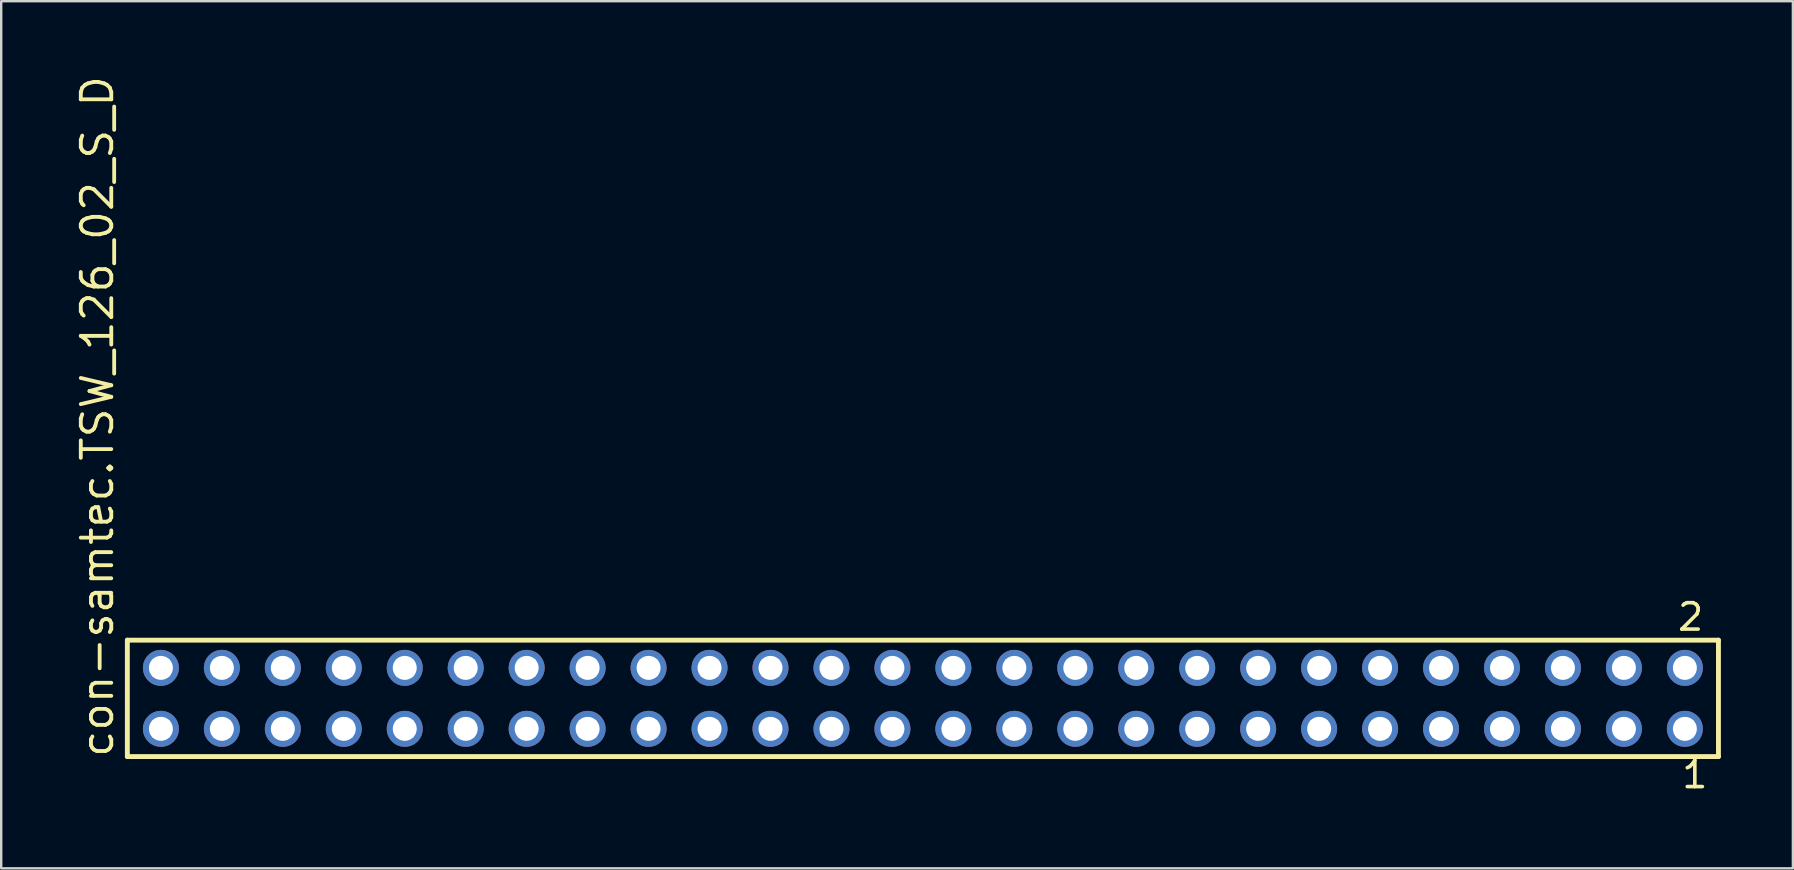
<source format=kicad_pcb>
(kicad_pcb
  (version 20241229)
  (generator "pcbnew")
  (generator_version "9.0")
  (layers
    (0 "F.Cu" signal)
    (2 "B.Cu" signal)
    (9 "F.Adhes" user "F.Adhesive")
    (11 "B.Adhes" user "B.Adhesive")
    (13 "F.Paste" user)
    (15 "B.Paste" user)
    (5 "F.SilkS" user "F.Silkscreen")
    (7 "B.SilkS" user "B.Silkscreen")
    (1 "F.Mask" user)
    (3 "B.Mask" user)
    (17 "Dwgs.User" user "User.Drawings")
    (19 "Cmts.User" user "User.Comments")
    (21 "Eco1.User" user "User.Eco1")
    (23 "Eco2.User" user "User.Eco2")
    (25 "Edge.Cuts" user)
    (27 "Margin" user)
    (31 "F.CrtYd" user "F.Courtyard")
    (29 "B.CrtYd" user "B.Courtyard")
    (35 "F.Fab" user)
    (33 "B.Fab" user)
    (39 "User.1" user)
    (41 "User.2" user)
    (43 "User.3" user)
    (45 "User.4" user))
  (footprint "con-samtec.TSW_126_02_S_D"
    (layer "F.Cu")
    (at 35.405 26.049)
    (property "Reference" "con-samtec.TSW_126_02_S_D" (at -33.655 2.54 90) (layer "F.SilkS") (effects (font (size 1.27 1.27) (thickness 0.16)) (justify left bottom)))
    (attr through_hole)
    (fp_line (start -33.149 -2.425) (end 33.149 -2.425) (stroke (width 0.203) (type default)) (layer "F.SilkS"))
    (fp_line (start -33.149 2.425) (end -33.149 -2.425) (stroke (width 0.203) (type default)) (layer "F.SilkS"))
    (fp_line (start 33.149 -2.425) (end 33.149 2.425) (stroke (width 0.203) (type default)) (layer "F.SilkS"))
    (fp_line (start 33.149 2.425) (end -33.149 2.425) (stroke (width 0.203) (type default)) (layer "F.SilkS"))
    (fp_rect (start -32.1 -0.92) (end -31.4 -1.62) (stroke (width 0.05) (type default)) (fill no) (layer "F.Fab"))
    (fp_rect (start -32.1 1.62) (end -31.4 0.92) (stroke (width 0.05) (type default)) (fill no) (layer "F.Fab"))
    (fp_rect (start -29.56 -0.92) (end -28.86 -1.62) (stroke (width 0.05) (type default)) (fill no) (layer "F.Fab"))
    (fp_rect (start -29.56 1.62) (end -28.86 0.92) (stroke (width 0.05) (type default)) (fill no) (layer "F.Fab"))
    (fp_rect (start -27.02 -0.92) (end -26.32 -1.62) (stroke (width 0.05) (type default)) (fill no) (layer "F.Fab"))
    (fp_rect (start -27.02 1.62) (end -26.32 0.92) (stroke (width 0.05) (type default)) (fill no) (layer "F.Fab"))
    (fp_rect (start -24.48 -0.92) (end -23.78 -1.62) (stroke (width 0.05) (type default)) (fill no) (layer "F.Fab"))
    (fp_rect (start -24.48 1.62) (end -23.78 0.92) (stroke (width 0.05) (type default)) (fill no) (layer "F.Fab"))
    (fp_rect (start -21.94 -0.92) (end -21.24 -1.62) (stroke (width 0.05) (type default)) (fill no) (layer "F.Fab"))
    (fp_rect (start -21.94 1.62) (end -21.24 0.92) (stroke (width 0.05) (type default)) (fill no) (layer "F.Fab"))
    (fp_rect (start -19.4 -0.92) (end -18.7 -1.62) (stroke (width 0.05) (type default)) (fill no) (layer "F.Fab"))
    (fp_rect (start -19.4 1.62) (end -18.7 0.92) (stroke (width 0.05) (type default)) (fill no) (layer "F.Fab"))
    (fp_rect (start -16.86 -0.92) (end -16.16 -1.62) (stroke (width 0.05) (type default)) (fill no) (layer "F.Fab"))
    (fp_rect (start -16.86 1.62) (end -16.16 0.92) (stroke (width 0.05) (type default)) (fill no) (layer "F.Fab"))
    (fp_rect (start -14.32 -0.92) (end -13.62 -1.62) (stroke (width 0.05) (type default)) (fill no) (layer "F.Fab"))
    (fp_rect (start -14.32 1.62) (end -13.62 0.92) (stroke (width 0.05) (type default)) (fill no) (layer "F.Fab"))
    (fp_rect (start -11.78 -0.92) (end -11.08 -1.62) (stroke (width 0.05) (type default)) (fill no) (layer "F.Fab"))
    (fp_rect (start -11.78 1.62) (end -11.08 0.92) (stroke (width 0.05) (type default)) (fill no) (layer "F.Fab"))
    (fp_rect (start -9.24 -0.92) (end -8.54 -1.62) (stroke (width 0.05) (type default)) (fill no) (layer "F.Fab"))
    (fp_rect (start -9.24 1.62) (end -8.54 0.92) (stroke (width 0.05) (type default)) (fill no) (layer "F.Fab"))
    (fp_rect (start -6.7 -0.92) (end -6 -1.62) (stroke (width 0.05) (type default)) (fill no) (layer "F.Fab"))
    (fp_rect (start -6.7 1.62) (end -6 0.92) (stroke (width 0.05) (type default)) (fill no) (layer "F.Fab"))
    (fp_rect (start -4.16 -0.92) (end -3.46 -1.62) (stroke (width 0.05) (type default)) (fill no) (layer "F.Fab"))
    (fp_rect (start -4.16 1.62) (end -3.46 0.92) (stroke (width 0.05) (type default)) (fill no) (layer "F.Fab"))
    (fp_rect (start -1.62 -0.92) (end -0.92 -1.62) (stroke (width 0.05) (type default)) (fill no) (layer "F.Fab"))
    (fp_rect (start -1.62 1.62) (end -0.92 0.92) (stroke (width 0.05) (type default)) (fill no) (layer "F.Fab"))
    (fp_rect (start 0.92 -0.92) (end 1.62 -1.62) (stroke (width 0.05) (type default)) (fill no) (layer "F.Fab"))
    (fp_rect (start 0.92 1.62) (end 1.62 0.92) (stroke (width 0.05) (type default)) (fill no) (layer "F.Fab"))
    (fp_rect (start 3.46 -0.92) (end 4.16 -1.62) (stroke (width 0.05) (type default)) (fill no) (layer "F.Fab"))
    (fp_rect (start 3.46 1.62) (end 4.16 0.92) (stroke (width 0.05) (type default)) (fill no) (layer "F.Fab"))
    (fp_rect (start 6 -0.92) (end 6.7 -1.62) (stroke (width 0.05) (type default)) (fill no) (layer "F.Fab"))
    (fp_rect (start 6 1.62) (end 6.7 0.92) (stroke (width 0.05) (type default)) (fill no) (layer "F.Fab"))
    (fp_rect (start 8.54 -0.92) (end 9.24 -1.62) (stroke (width 0.05) (type default)) (fill no) (layer "F.Fab"))
    (fp_rect (start 8.54 1.62) (end 9.24 0.92) (stroke (width 0.05) (type default)) (fill no) (layer "F.Fab"))
    (fp_rect (start 11.08 -0.92) (end 11.78 -1.62) (stroke (width 0.05) (type default)) (fill no) (layer "F.Fab"))
    (fp_rect (start 11.08 1.62) (end 11.78 0.92) (stroke (width 0.05) (type default)) (fill no) (layer "F.Fab"))
    (fp_rect (start 13.62 -0.92) (end 14.32 -1.62) (stroke (width 0.05) (type default)) (fill no) (layer "F.Fab"))
    (fp_rect (start 13.62 1.62) (end 14.32 0.92) (stroke (width 0.05) (type default)) (fill no) (layer "F.Fab"))
    (fp_rect (start 16.16 -0.92) (end 16.86 -1.62) (stroke (width 0.05) (type default)) (fill no) (layer "F.Fab"))
    (fp_rect (start 16.16 1.62) (end 16.86 0.92) (stroke (width 0.05) (type default)) (fill no) (layer "F.Fab"))
    (fp_rect (start 18.7 -0.92) (end 19.4 -1.62) (stroke (width 0.05) (type default)) (fill no) (layer "F.Fab"))
    (fp_rect (start 18.7 1.62) (end 19.4 0.92) (stroke (width 0.05) (type default)) (fill no) (layer "F.Fab"))
    (fp_rect (start 21.24 -0.92) (end 21.94 -1.62) (stroke (width 0.05) (type default)) (fill no) (layer "F.Fab"))
    (fp_rect (start 21.24 1.62) (end 21.94 0.92) (stroke (width 0.05) (type default)) (fill no) (layer "F.Fab"))
    (fp_rect (start 23.78 -0.92) (end 24.48 -1.62) (stroke (width 0.05) (type default)) (fill no) (layer "F.Fab"))
    (fp_rect (start 23.78 1.62) (end 24.48 0.92) (stroke (width 0.05) (type default)) (fill no) (layer "F.Fab"))
    (fp_rect (start 26.32 -0.92) (end 27.02 -1.62) (stroke (width 0.05) (type default)) (fill no) (layer "F.Fab"))
    (fp_rect (start 26.32 1.62) (end 27.02 0.92) (stroke (width 0.05) (type default)) (fill no) (layer "F.Fab"))
    (fp_rect (start 28.86 -0.92) (end 29.56 -1.62) (stroke (width 0.05) (type default)) (fill no) (layer "F.Fab"))
    (fp_rect (start 28.86 1.62) (end 29.56 0.92) (stroke (width 0.05) (type default)) (fill no) (layer "F.Fab"))
    (fp_rect (start 31.4 -0.92) (end 32.1 -1.62) (stroke (width 0.05) (type default)) (fill no) (layer "F.Fab"))
    (fp_rect (start 31.4 1.62) (end 32.1 0.92) (stroke (width 0.05) (type default)) (fill no) (layer "F.Fab"))
    (fp_text user "2" (at 31.367 -2.744 0) (layer "F.SilkS") (effects (font (size 1.1 1.1) (thickness 0.15)) (justify left bottom)))
    (fp_text user "1" (at 31.542 3.818 0) (layer "F.SilkS") (effects (font (size 1.1 1.1) (thickness 0.15)) (justify left bottom)))
    (pad "1" thru_hole circle (at 31.75 1.27 180) (size 1.5 1.5) (drill 1) (layers "*.Cu" "*.Mask"))
    (pad "2" thru_hole circle (at 31.75 -1.27 180) (size 1.5 1.5) (drill 1) (layers "*.Cu" "*.Mask"))
    (pad "3" thru_hole circle (at 29.21 1.27 180) (size 1.5 1.5) (drill 1) (layers "*.Cu" "*.Mask"))
    (pad "4" thru_hole circle (at 29.21 -1.27 180) (size 1.5 1.5) (drill 1) (layers "*.Cu" "*.Mask"))
    (pad "5" thru_hole circle (at 26.67 1.27 180) (size 1.5 1.5) (drill 1) (layers "*.Cu" "*.Mask"))
    (pad "6" thru_hole circle (at 26.67 -1.27 180) (size 1.5 1.5) (drill 1) (layers "*.Cu" "*.Mask"))
    (pad "7" thru_hole circle (at 24.13 1.27 180) (size 1.5 1.5) (drill 1) (layers "*.Cu" "*.Mask"))
    (pad "8" thru_hole circle (at 24.13 -1.27 180) (size 1.5 1.5) (drill 1) (layers "*.Cu" "*.Mask"))
    (pad "9" thru_hole circle (at 21.59 1.27 180) (size 1.5 1.5) (drill 1) (layers "*.Cu" "*.Mask"))
    (pad "10" thru_hole circle (at 21.59 -1.27 180) (size 1.5 1.5) (drill 1) (layers "*.Cu" "*.Mask"))
    (pad "11" thru_hole circle (at 19.05 1.27 180) (size 1.5 1.5) (drill 1) (layers "*.Cu" "*.Mask"))
    (pad "12" thru_hole circle (at 19.05 -1.27 180) (size 1.5 1.5) (drill 1) (layers "*.Cu" "*.Mask"))
    (pad "13" thru_hole circle (at 16.51 1.27 180) (size 1.5 1.5) (drill 1) (layers "*.Cu" "*.Mask"))
    (pad "14" thru_hole circle (at 16.51 -1.27 180) (size 1.5 1.5) (drill 1) (layers "*.Cu" "*.Mask"))
    (pad "15" thru_hole circle (at 13.97 1.27 180) (size 1.5 1.5) (drill 1) (layers "*.Cu" "*.Mask"))
    (pad "16" thru_hole circle (at 13.97 -1.27 180) (size 1.5 1.5) (drill 1) (layers "*.Cu" "*.Mask"))
    (pad "17" thru_hole circle (at 11.43 1.27 180) (size 1.5 1.5) (drill 1) (layers "*.Cu" "*.Mask"))
    (pad "18" thru_hole circle (at 11.43 -1.27 180) (size 1.5 1.5) (drill 1) (layers "*.Cu" "*.Mask"))
    (pad "19" thru_hole circle (at 8.89 1.27 180) (size 1.5 1.5) (drill 1) (layers "*.Cu" "*.Mask"))
    (pad "20" thru_hole circle (at 8.89 -1.27 180) (size 1.5 1.5) (drill 1) (layers "*.Cu" "*.Mask"))
    (pad "21" thru_hole circle (at 6.35 1.27 180) (size 1.5 1.5) (drill 1) (layers "*.Cu" "*.Mask"))
    (pad "22" thru_hole circle (at 6.35 -1.27 180) (size 1.5 1.5) (drill 1) (layers "*.Cu" "*.Mask"))
    (pad "23" thru_hole circle (at 3.81 1.27 180) (size 1.5 1.5) (drill 1) (layers "*.Cu" "*.Mask"))
    (pad "24" thru_hole circle (at 3.81 -1.27 180) (size 1.5 1.5) (drill 1) (layers "*.Cu" "*.Mask"))
    (pad "25" thru_hole circle (at 1.27 1.27 180) (size 1.5 1.5) (drill 1) (layers "*.Cu" "*.Mask"))
    (pad "26" thru_hole circle (at 1.27 -1.27 180) (size 1.5 1.5) (drill 1) (layers "*.Cu" "*.Mask"))
    (pad "27" thru_hole circle (at -1.27 1.27 180) (size 1.5 1.5) (drill 1) (layers "*.Cu" "*.Mask"))
    (pad "28" thru_hole circle (at -1.27 -1.27 180) (size 1.5 1.5) (drill 1) (layers "*.Cu" "*.Mask"))
    (pad "29" thru_hole circle (at -3.81 1.27 180) (size 1.5 1.5) (drill 1) (layers "*.Cu" "*.Mask"))
    (pad "30" thru_hole circle (at -3.81 -1.27 180) (size 1.5 1.5) (drill 1) (layers "*.Cu" "*.Mask"))
    (pad "31" thru_hole circle (at -6.35 1.27 180) (size 1.5 1.5) (drill 1) (layers "*.Cu" "*.Mask"))
    (pad "32" thru_hole circle (at -6.35 -1.27 180) (size 1.5 1.5) (drill 1) (layers "*.Cu" "*.Mask"))
    (pad "33" thru_hole circle (at -8.89 1.27 180) (size 1.5 1.5) (drill 1) (layers "*.Cu" "*.Mask"))
    (pad "34" thru_hole circle (at -8.89 -1.27 180) (size 1.5 1.5) (drill 1) (layers "*.Cu" "*.Mask"))
    (pad "35" thru_hole circle (at -11.43 1.27 180) (size 1.5 1.5) (drill 1) (layers "*.Cu" "*.Mask"))
    (pad "36" thru_hole circle (at -11.43 -1.27 180) (size 1.5 1.5) (drill 1) (layers "*.Cu" "*.Mask"))
    (pad "37" thru_hole circle (at -13.97 1.27 180) (size 1.5 1.5) (drill 1) (layers "*.Cu" "*.Mask"))
    (pad "38" thru_hole circle (at -13.97 -1.27 180) (size 1.5 1.5) (drill 1) (layers "*.Cu" "*.Mask"))
    (pad "39" thru_hole circle (at -16.51 1.27 180) (size 1.5 1.5) (drill 1) (layers "*.Cu" "*.Mask"))
    (pad "40" thru_hole circle (at -16.51 -1.27 180) (size 1.5 1.5) (drill 1) (layers "*.Cu" "*.Mask"))
    (pad "41" thru_hole circle (at -19.05 1.27 180) (size 1.5 1.5) (drill 1) (layers "*.Cu" "*.Mask"))
    (pad "42" thru_hole circle (at -19.05 -1.27 180) (size 1.5 1.5) (drill 1) (layers "*.Cu" "*.Mask"))
    (pad "43" thru_hole circle (at -21.59 1.27 180) (size 1.5 1.5) (drill 1) (layers "*.Cu" "*.Mask"))
    (pad "44" thru_hole circle (at -21.59 -1.27 180) (size 1.5 1.5) (drill 1) (layers "*.Cu" "*.Mask"))
    (pad "45" thru_hole circle (at -24.13 1.27 180) (size 1.5 1.5) (drill 1) (layers "*.Cu" "*.Mask"))
    (pad "46" thru_hole circle (at -24.13 -1.27 180) (size 1.5 1.5) (drill 1) (layers "*.Cu" "*.Mask"))
    (pad "47" thru_hole circle (at -26.67 1.27 180) (size 1.5 1.5) (drill 1) (layers "*.Cu" "*.Mask"))
    (pad "48" thru_hole circle (at -26.67 -1.27 180) (size 1.5 1.5) (drill 1) (layers "*.Cu" "*.Mask"))
    (pad "49" thru_hole circle (at -29.21 1.27 180) (size 1.5 1.5) (drill 1) (layers "*.Cu" "*.Mask"))
    (pad "50" thru_hole circle (at -29.21 -1.27 180) (size 1.5 1.5) (drill 1) (layers "*.Cu" "*.Mask"))
    (pad "51" thru_hole circle (at -31.75 1.27 180) (size 1.5 1.5) (drill 1) (layers "*.Cu" "*.Mask"))
    (pad "52" thru_hole circle (at -31.75 -1.27 180) (size 1.5 1.5) (drill 1) (layers "*.Cu" "*.Mask")))
  (gr_rect
    (start -3 -3)
    (end 71.656 33.131)
    (stroke (width 0.1) (type default))
    (fill no)
    (layer "Edge.Cuts")))
</source>
